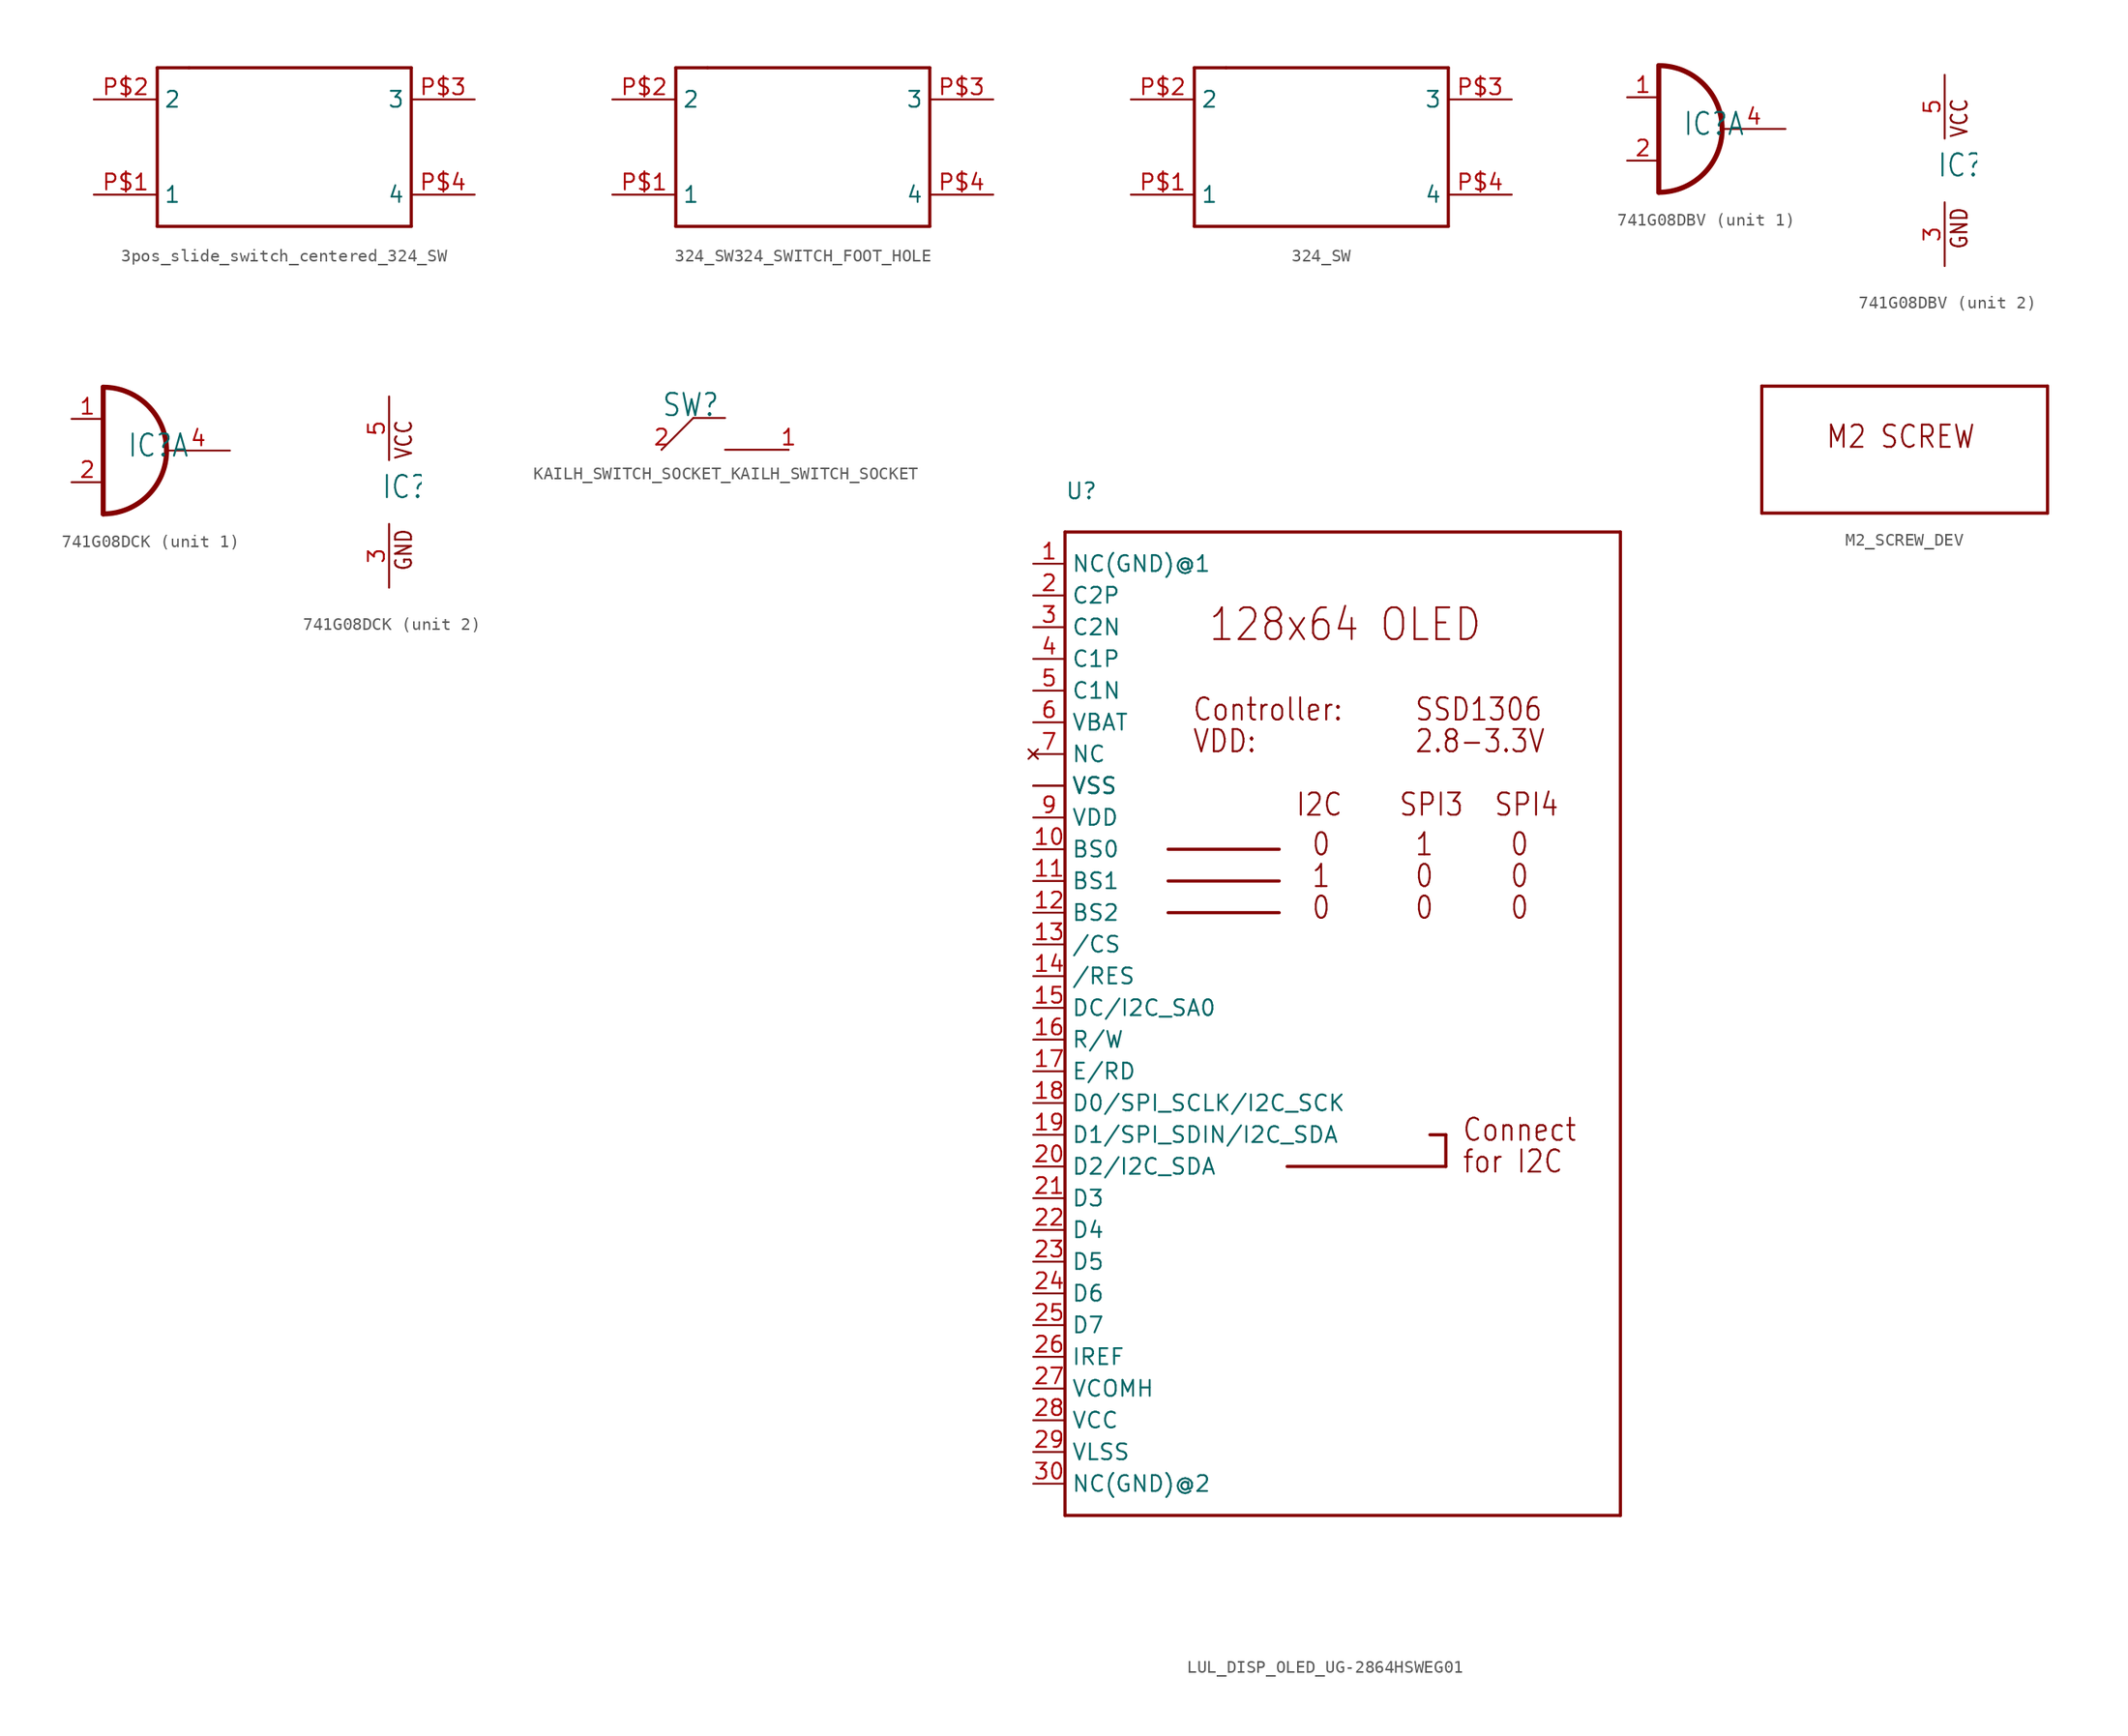
<source format=kicad_sym>
(kicad_symbol_lib
  (version 20231120)
  (generator "kicad_symbol_editor")
  (generator_version "8.0")
  (symbol "3pos_slide_switch_centered_324_SW"
    (property "Reference" ""
      (at 0 0 0)
      (effects (font (size 1.27 1.27)) (hide yes)))
    (property "ki_locked" ""
      (at 0 0 0)
      (effects (font (size 1.27 1.27))))
    (symbol "3pos_slide_switch_centered_324_SW_1_0"
      (polyline (pts (xy -10.16 -5.08) (xy -10.16 7.62)) (stroke (width 0.254) (type solid)) (fill (type none)))
      (polyline (pts (xy -10.16 7.62) (xy -7.62 7.62)) (stroke (width 0.254) (type solid)) (fill (type none)))
      (polyline (pts (xy -7.62 7.62) (xy 10.16 7.62)) (stroke (width 0.254) (type solid)) (fill (type none)))
      (polyline (pts (xy 10.16 -5.08) (xy -10.16 -5.08)) (stroke (width 0.254) (type solid)) (fill (type none)))
      (polyline (pts (xy 10.16 7.62) (xy 10.16 -5.08)) (stroke (width 0.254) (type solid)) (fill (type none)))
      (pin bidirectional line (at -15.24 -2.54 0) (length 5.08) (name "1" (effects (font (size 1.27 1.27)))) (number "P$1" (effects (font (size 1.27 1.27)))))
      (pin bidirectional line (at -15.24 5.08 0) (length 5.08) (name "2" (effects (font (size 1.27 1.27)))) (number "P$2" (effects (font (size 1.27 1.27)))))
      (pin bidirectional line (at 15.24 5.08 180) (length 5.08) (name "3" (effects (font (size 1.27 1.27)))) (number "P$3" (effects (font (size 1.27 1.27)))))
      (pin bidirectional line (at 15.24 -2.54 180) (length 5.08) (name "4" (effects (font (size 1.27 1.27)))) (number "P$4" (effects (font (size 1.27 1.27)))))))
  (symbol "324_SW324_SWITCH_FOOT_HOLE"
    (property "Reference" ""
      (at 0 0 0)
      (effects (font (size 1.27 1.27)) (hide yes)))
    (property "ki_locked" ""
      (at 0 0 0)
      (effects (font (size 1.27 1.27))))
    (symbol "324_SW324_SWITCH_FOOT_HOLE_1_0"
      (polyline (pts (xy -10.16 -5.08) (xy -10.16 7.62)) (stroke (width 0.254) (type solid)) (fill (type none)))
      (polyline (pts (xy -10.16 7.62) (xy -7.62 7.62)) (stroke (width 0.254) (type solid)) (fill (type none)))
      (polyline (pts (xy -7.62 7.62) (xy 10.16 7.62)) (stroke (width 0.254) (type solid)) (fill (type none)))
      (polyline (pts (xy 10.16 -5.08) (xy -10.16 -5.08)) (stroke (width 0.254) (type solid)) (fill (type none)))
      (polyline (pts (xy 10.16 7.62) (xy 10.16 -5.08)) (stroke (width 0.254) (type solid)) (fill (type none)))
      (pin bidirectional line (at -15.24 -2.54 0) (length 5.08) (name "1" (effects (font (size 1.27 1.27)))) (number "P$1" (effects (font (size 1.27 1.27)))))
      (pin bidirectional line (at -15.24 5.08 0) (length 5.08) (name "2" (effects (font (size 1.27 1.27)))) (number "P$2" (effects (font (size 1.27 1.27)))))
      (pin bidirectional line (at 15.24 5.08 180) (length 5.08) (name "3" (effects (font (size 1.27 1.27)))) (number "P$3" (effects (font (size 1.27 1.27)))))
      (pin bidirectional line (at 15.24 -2.54 180) (length 5.08) (name "4" (effects (font (size 1.27 1.27)))) (number "P$4" (effects (font (size 1.27 1.27)))))))
  (symbol "324_SW"
    (property "Reference" ""
      (at 0 0 0)
      (effects (font (size 1.27 1.27)) (hide yes)))
    (property "ki_locked" ""
      (at 0 0 0)
      (effects (font (size 1.27 1.27))))
    (symbol "324_SW_1_0"
      (polyline (pts (xy -10.16 -5.08) (xy -10.16 7.62)) (stroke (width 0.254) (type solid)) (fill (type none)))
      (polyline (pts (xy -10.16 7.62) (xy -7.62 7.62)) (stroke (width 0.254) (type solid)) (fill (type none)))
      (polyline (pts (xy -7.62 7.62) (xy 10.16 7.62)) (stroke (width 0.254) (type solid)) (fill (type none)))
      (polyline (pts (xy 10.16 -5.08) (xy -10.16 -5.08)) (stroke (width 0.254) (type solid)) (fill (type none)))
      (polyline (pts (xy 10.16 7.62) (xy 10.16 -5.08)) (stroke (width 0.254) (type solid)) (fill (type none)))
      (pin bidirectional line (at -15.24 -2.54 0) (length 5.08) (name "1" (effects (font (size 1.27 1.27)))) (number "P$1" (effects (font (size 1.27 1.27)))))
      (pin bidirectional line (at -15.24 5.08 0) (length 5.08) (name "2" (effects (font (size 1.27 1.27)))) (number "P$2" (effects (font (size 1.27 1.27)))))
      (pin bidirectional line (at 15.24 5.08 180) (length 5.08) (name "3" (effects (font (size 1.27 1.27)))) (number "P$3" (effects (font (size 1.27 1.27)))))
      (pin bidirectional line (at 15.24 -2.54 180) (length 5.08) (name "4" (effects (font (size 1.27 1.27)))) (number "P$4" (effects (font (size 1.27 1.27)))))))
  (symbol "741G08DBV"
    (property "Reference" "IC"
      (at -0.635 -0.635 0)
      (effects (font (size 1.778 1.511)) (justify left bottom)))
    (property "ki_locked" ""
      (at 0 0 0)
      (effects (font (size 1.27 1.27))))
    (symbol "741G08DBV_1_0"
      (arc (start -2.54 -5.08) (mid 2.54 0) (end -2.54 5.08) (stroke (width 0.4064) (type solid)) (fill (type none)))
      (polyline (pts (xy -2.54 5.08) (xy -2.54 -5.08)) (stroke (width 0.406) (type solid)) (fill (type none)))
      (pin input line (at -5.08 2.54 0) (length 2.54) (name "I0" (effects (font (size 0 0)))) (number "1" (effects (font (size 1.27 1.27)))))
      (pin input line (at -5.08 -2.54 0) (length 2.54) (name "I1" (effects (font (size 0 0)))) (number "2" (effects (font (size 1.27 1.27)))))
      (pin output line (at 7.62 0 180) (length 5.08) (name "O" (effects (font (size 0 0)))) (number "4" (effects (font (size 1.27 1.27))))))
    (symbol "741G08DBV_2_0"
      (text "GND" (at 1.905 -6.35 900) (effects (font (size 1.27 1.079)) (justify left bottom)))
      (text "VCC" (at 1.905 2.54 900) (effects (font (size 1.27 1.079)) (justify left bottom)))
      (pin power_in line (at 0 -7.62 90) (length 5.08) (name "GND" (effects (font (size 0 0)))) (number "3" (effects (font (size 1.27 1.27)))))
      (pin power_in line (at 0 7.62 270) (length 5.08) (name "VCC" (effects (font (size 0 0)))) (number "5" (effects (font (size 1.27 1.27)))))))
  (symbol "741G08DCK"
    (property "Reference" "IC"
      (at -0.635 -0.635 0)
      (effects (font (size 1.778 1.511)) (justify left bottom)))
    (property "ki_locked" ""
      (at 0 0 0)
      (effects (font (size 1.27 1.27))))
    (symbol "741G08DCK_1_0"
      (arc (start -2.54 -5.08) (mid 2.54 0) (end -2.54 5.08) (stroke (width 0.4064) (type solid)) (fill (type none)))
      (polyline (pts (xy -2.54 5.08) (xy -2.54 -5.08)) (stroke (width 0.406) (type solid)) (fill (type none)))
      (pin input line (at -5.08 2.54 0) (length 2.54) (name "I0" (effects (font (size 0 0)))) (number "1" (effects (font (size 1.27 1.27)))))
      (pin input line (at -5.08 -2.54 0) (length 2.54) (name "I1" (effects (font (size 0 0)))) (number "2" (effects (font (size 1.27 1.27)))))
      (pin output line (at 7.62 0 180) (length 5.08) (name "O" (effects (font (size 0 0)))) (number "4" (effects (font (size 1.27 1.27))))))
    (symbol "741G08DCK_2_0"
      (text "GND" (at 1.905 -6.35 900) (effects (font (size 1.27 1.079)) (justify left bottom)))
      (text "VCC" (at 1.905 2.54 900) (effects (font (size 1.27 1.079)) (justify left bottom)))
      (pin power_in line (at 0 -7.62 90) (length 5.08) (name "GND" (effects (font (size 0 0)))) (number "3" (effects (font (size 1.27 1.27)))))
      (pin power_in line (at 0 7.62 270) (length 5.08) (name "VCC" (effects (font (size 0 0)))) (number "5" (effects (font (size 1.27 1.27)))))))
  (symbol "KAILH_SWITCH_SOCKET_KAILH_SWITCH_SOCKET"
    (property "Reference" "SW"
      (at -5.08 2.54 0)
      (effects (font (size 1.778 1.511)) (justify left bottom)))
    (property "Value" ""
      (at -5.08 5.08 0)
      (effects (font (size 1.778 1.511)) (justify left bottom)))
    (property "ki_locked" ""
      (at 0 0 0)
      (effects (font (size 1.27 1.27))))
    (symbol "KAILH_SWITCH_SOCKET_KAILH_SWITCH_SOCKET_1_0"
      (polyline (pts (xy -5.08 0) (xy -2.54 2.54)) (stroke (width 0.152) (type solid)) (fill (type none)))
      (polyline (pts (xy -2.54 2.54) (xy 0 2.54)) (stroke (width 0.152) (type solid)) (fill (type none)))
      (polyline (pts (xy 5.08 0) (xy 0 0)) (stroke (width 0.152) (type solid)) (fill (type none)))
      (pin passive line (at 5.08 0 180) (length 0) (name "2" (effects (font (size 0 0)))) (number "1" (effects (font (size 1.27 1.27)))))
      (pin passive line (at -5.08 0 0) (length 0) (name "1" (effects (font (size 0 0)))) (number "2" (effects (font (size 1.27 1.27)))))))
  (symbol "LUL_DISP_OLED_UG-2864HSWEG01"
    (property "Reference" "U"
      (at -22.86 40.64 0)
      (effects (font (size 1.27 1.27)) (justify left bottom)))
    (property "Value" ""
      (at -22.86 -43.18 0)
      (effects (font (size 1.27 1.27)) (justify left bottom)))
    (property "ki_locked" ""
      (at 0 0 0)
      (effects (font (size 1.27 1.27))))
    (symbol "LUL_DISP_OLED_UG-2864HSWEG01_1_0"
      (polyline (pts (xy -22.86 -40.64) (xy -22.86 38.1)) (stroke (width 0.254) (type solid)) (fill (type none)))
      (polyline (pts (xy -22.86 38.1) (xy 21.59 38.1)) (stroke (width 0.254) (type solid)) (fill (type none)))
      (polyline (pts (xy -14.605 7.62) (xy -5.715 7.62)) (stroke (width 0.254) (type solid)) (fill (type none)))
      (polyline (pts (xy -14.605 10.16) (xy -5.715 10.16)) (stroke (width 0.254) (type solid)) (fill (type none)))
      (polyline (pts (xy -14.605 12.7) (xy -5.715 12.7)) (stroke (width 0.254) (type solid)) (fill (type none)))
      (polyline (pts (xy 6.35 -10.16) (xy 7.62 -10.16)) (stroke (width 0.254) (type solid)) (fill (type none)))
      (polyline (pts (xy 7.62 -12.7) (xy -5.08 -12.7)) (stroke (width 0.254) (type solid)) (fill (type none)))
      (polyline (pts (xy 7.62 -10.16) (xy 7.62 -12.7)) (stroke (width 0.254) (type solid)) (fill (type none)))
      (polyline (pts (xy 21.59 -40.64) (xy -22.86 -40.64)) (stroke (width 0.254) (type solid)) (fill (type none)))
      (polyline (pts (xy 21.59 38.1) (xy 21.59 -40.64)) (stroke (width 0.254) (type solid)) (fill (type none)))
      (text "0" (at -3.175 6.985 0) (effects (font (size 1.778 1.511)) (justify left bottom)))
      (text "0" (at -3.175 12.065 0) (effects (font (size 1.778 1.511)) (justify left bottom)))
      (text "0" (at 5.08 6.985 0) (effects (font (size 1.778 1.511)) (justify left bottom)))
      (text "0" (at 5.08 9.525 0) (effects (font (size 1.778 1.511)) (justify left bottom)))
      (text "0" (at 12.7 6.985 0) (effects (font (size 1.778 1.511)) (justify left bottom)))
      (text "0" (at 12.7 9.525 0) (effects (font (size 1.778 1.511)) (justify left bottom)))
      (text "0" (at 12.7 12.065 0) (effects (font (size 1.778 1.511)) (justify left bottom)))
      (text "1" (at -3.175 9.525 0) (effects (font (size 1.778 1.511)) (justify left bottom)))
      (text "1" (at 5.08 12.065 0) (effects (font (size 1.778 1.511)) (justify left bottom)))
      (text "128x64 OLED" (at -11.43 29.21 0) (effects (font (size 2.54 2.159)) (justify left bottom)))
      (text "2.8-3.3V" (at 5.08 20.32 0) (effects (font (size 1.778 1.511)) (justify left bottom)))
      (text "Connect" (at 8.89 -10.795 0) (effects (font (size 1.778 1.511)) (justify left bottom)))
      (text "Controller:" (at -12.7 22.86 0) (effects (font (size 1.778 1.511)) (justify left bottom)))
      (text "for I2C" (at 8.89 -13.335 0) (effects (font (size 1.778 1.511)) (justify left bottom)))
      (text "I2C" (at -4.445 15.24 0) (effects (font (size 1.778 1.511)) (justify left bottom)))
      (text "SPI3" (at 3.81 15.24 0) (effects (font (size 1.778 1.511)) (justify left bottom)))
      (text "SPI4" (at 11.43 15.24 0) (effects (font (size 1.778 1.511)) (justify left bottom)))
      (text "SSD1306" (at 5.08 22.86 0) (effects (font (size 1.778 1.511)) (justify left bottom)))
      (text "VDD:" (at -12.7 20.32 0) (effects (font (size 1.778 1.511)) (justify left bottom)))
      (pin input line (at -25.4 35.56 0) (length 2.54) (name "NC(GND)@1" (effects (font (size 1.27 1.27)))) (number "1" (effects (font (size 1.27 1.27)))))
      (pin input line (at -25.4 12.7 0) (length 2.54) (name "BS0" (effects (font (size 1.27 1.27)))) (number "10" (effects (font (size 1.27 1.27)))))
      (pin input line (at -25.4 10.16 0) (length 2.54) (name "BS1" (effects (font (size 1.27 1.27)))) (number "11" (effects (font (size 1.27 1.27)))))
      (pin input line (at -25.4 7.62 0) (length 2.54) (name "BS2" (effects (font (size 1.27 1.27)))) (number "12" (effects (font (size 1.27 1.27)))))
      (pin input line (at -25.4 5.08 0) (length 2.54) (name "/CS" (effects (font (size 1.27 1.27)))) (number "13" (effects (font (size 1.27 1.27)))))
      (pin input line (at -25.4 2.54 0) (length 2.54) (name "/RES" (effects (font (size 1.27 1.27)))) (number "14" (effects (font (size 1.27 1.27)))))
      (pin input line (at -25.4 0 0) (length 2.54) (name "DC/I2C_SA0" (effects (font (size 1.27 1.27)))) (number "15" (effects (font (size 1.27 1.27)))))
      (pin input line (at -25.4 -2.54 0) (length 2.54) (name "R/W" (effects (font (size 1.27 1.27)))) (number "16" (effects (font (size 1.27 1.27)))))
      (pin input line (at -25.4 -5.08 0) (length 2.54) (name "E/RD" (effects (font (size 1.27 1.27)))) (number "17" (effects (font (size 1.27 1.27)))))
      (pin bidirectional line (at -25.4 -7.62 0) (length 2.54) (name "D0/SPI_SCLK/I2C_SCK" (effects (font (size 1.27 1.27)))) (number "18" (effects (font (size 1.27 1.27)))))
      (pin bidirectional line (at -25.4 -10.16 0) (length 2.54) (name "D1/SPI_SDIN/I2C_SDA" (effects (font (size 1.27 1.27)))) (number "19" (effects (font (size 1.27 1.27)))))
      (pin input line (at -25.4 33.02 0) (length 2.54) (name "C2P" (effects (font (size 1.27 1.27)))) (number "2" (effects (font (size 1.27 1.27)))))
      (pin bidirectional line (at -25.4 -12.7 0) (length 2.54) (name "D2/I2C_SDA" (effects (font (size 1.27 1.27)))) (number "20" (effects (font (size 1.27 1.27)))))
      (pin bidirectional line (at -25.4 -15.24 0) (length 2.54) (name "D3" (effects (font (size 1.27 1.27)))) (number "21" (effects (font (size 1.27 1.27)))))
      (pin bidirectional line (at -25.4 -17.78 0) (length 2.54) (name "D4" (effects (font (size 1.27 1.27)))) (number "22" (effects (font (size 1.27 1.27)))))
      (pin bidirectional line (at -25.4 -20.32 0) (length 2.54) (name "D5" (effects (font (size 1.27 1.27)))) (number "23" (effects (font (size 1.27 1.27)))))
      (pin bidirectional line (at -25.4 -22.86 0) (length 2.54) (name "D6" (effects (font (size 1.27 1.27)))) (number "24" (effects (font (size 1.27 1.27)))))
      (pin bidirectional line (at -25.4 -25.4 0) (length 2.54) (name "D7" (effects (font (size 1.27 1.27)))) (number "25" (effects (font (size 1.27 1.27)))))
      (pin input line (at -25.4 -27.94 0) (length 2.54) (name "IREF" (effects (font (size 1.27 1.27)))) (number "26" (effects (font (size 1.27 1.27)))))
      (pin output line (at -25.4 -30.48 0) (length 2.54) (name "VCOMH" (effects (font (size 1.27 1.27)))) (number "27" (effects (font (size 1.27 1.27)))))
      (pin power_in line (at -25.4 -33.02 0) (length 2.54) (name "VCC" (effects (font (size 1.27 1.27)))) (number "28" (effects (font (size 1.27 1.27)))))
      (pin power_in line (at -25.4 -35.56 0) (length 2.54) (name "VLSS" (effects (font (size 1.27 1.27)))) (number "29" (effects (font (size 1.27 1.27)))))
      (pin input line (at -25.4 30.48 0) (length 2.54) (name "C2N" (effects (font (size 1.27 1.27)))) (number "3" (effects (font (size 1.27 1.27)))))
      (pin input line (at -25.4 -38.1 0) (length 2.54) (name "NC(GND)@2" (effects (font (size 1.27 1.27)))) (number "30" (effects (font (size 1.27 1.27)))))
      (pin power_in line (at -25.4 17.78 0) (length 2.54) (name "VSS" (effects (font (size 1.27 1.27)))) (number "31" (effects (font (size 0 0)))))
      (pin power_in line (at -25.4 17.78 0) (length 2.54) (name "VSS" (effects (font (size 1.27 1.27)))) (number "32" (effects (font (size 0 0)))))
      (pin input line (at -25.4 27.94 0) (length 2.54) (name "C1P" (effects (font (size 1.27 1.27)))) (number "4" (effects (font (size 1.27 1.27)))))
      (pin input line (at -25.4 25.4 0) (length 2.54) (name "C1N" (effects (font (size 1.27 1.27)))) (number "5" (effects (font (size 1.27 1.27)))))
      (pin input line (at -25.4 22.86 0) (length 2.54) (name "VBAT" (effects (font (size 1.27 1.27)))) (number "6" (effects (font (size 1.27 1.27)))))
      (pin no_connect line (at -25.4 20.32 0) (length 2.54) (name "NC" (effects (font (size 1.27 1.27)))) (number "7" (effects (font (size 1.27 1.27)))))
      (pin power_in line (at -25.4 17.78 0) (length 2.54) (name "VSS" (effects (font (size 1.27 1.27)))) (number "8" (effects (font (size 0 0)))))
      (pin power_in line (at -25.4 15.24 0) (length 2.54) (name "VDD" (effects (font (size 1.27 1.27)))) (number "9" (effects (font (size 1.27 1.27)))))))
  (symbol "M2_SCREW_DEV"
    (property "Reference" ""
      (at 0 0 0)
      (effects (font (size 1.27 1.27)) (hide yes)))
    (property "ki_locked" ""
      (at 0 0 0)
      (effects (font (size 1.27 1.27))))
    (symbol "M2_SCREW_DEV_1_0"
      (polyline (pts (xy -10.16 -5.08) (xy -10.16 5.08)) (stroke (width 0.254) (type solid)) (fill (type none)))
      (polyline (pts (xy -10.16 5.08) (xy 12.7 5.08)) (stroke (width 0.254) (type solid)) (fill (type none)))
      (polyline (pts (xy 12.7 -5.08) (xy -10.16 -5.08)) (stroke (width 0.254) (type solid)) (fill (type none)))
      (polyline (pts (xy 12.7 5.08) (xy 12.7 -5.08)) (stroke (width 0.254) (type solid)) (fill (type none)))
      (text "M2 SCREW" (at -5.08 0 0) (effects (font (size 1.778 1.511)) (justify left bottom))))))
</source>
